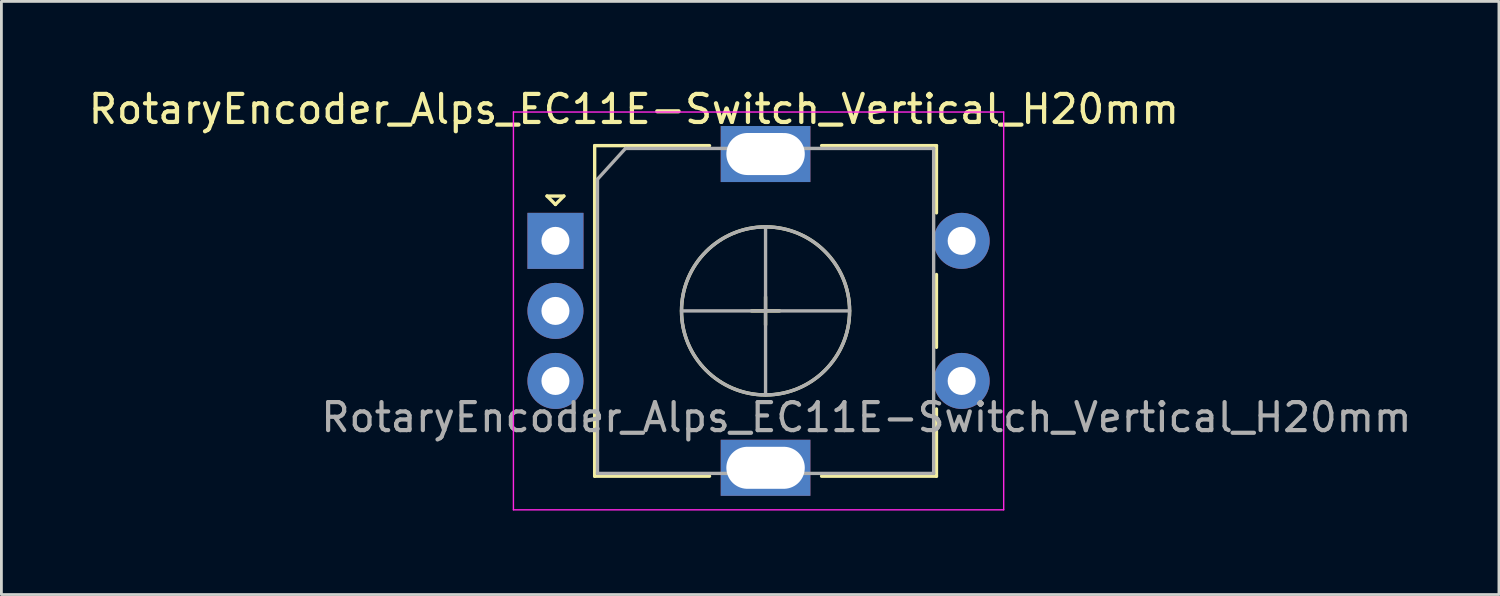
<source format=kicad_pcb>
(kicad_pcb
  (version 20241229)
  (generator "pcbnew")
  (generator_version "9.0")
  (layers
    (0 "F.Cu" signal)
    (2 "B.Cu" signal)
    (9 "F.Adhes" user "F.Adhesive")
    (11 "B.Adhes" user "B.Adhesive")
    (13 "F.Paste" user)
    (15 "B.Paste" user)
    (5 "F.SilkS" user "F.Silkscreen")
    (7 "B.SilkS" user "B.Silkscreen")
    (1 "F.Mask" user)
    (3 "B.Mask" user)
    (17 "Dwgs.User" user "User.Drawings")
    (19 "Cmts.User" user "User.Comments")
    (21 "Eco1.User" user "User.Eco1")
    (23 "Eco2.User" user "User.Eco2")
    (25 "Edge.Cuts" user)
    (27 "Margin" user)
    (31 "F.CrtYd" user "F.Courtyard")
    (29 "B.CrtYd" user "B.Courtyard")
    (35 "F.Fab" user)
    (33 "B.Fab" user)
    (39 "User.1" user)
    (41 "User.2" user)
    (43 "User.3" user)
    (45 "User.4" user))
  (footprint "RotaryEncoder_Alps_EC11E-Switch_Vertical_H20mm"
    (layer "F.Cu")
    (at 16.777 5.548)
    (property "Reference" "RotaryEncoder_Alps_EC11E-Switch_Vertical_H20mm" (at 2.8 -4.7 0) (layer "F.SilkS") (effects (font (size 1 1) (thickness 0.15))))
    (attr through_hole)
    (fp_line (start -0.3 -1.6) (end 0.3 -1.6) (stroke (width 0.12) (type solid)) (layer "F.SilkS"))
    (fp_line (start 0 -1.3) (end -0.3 -1.6) (stroke (width 0.12) (type solid)) (layer "F.SilkS"))
    (fp_line (start 0.3 -1.6) (end 0 -1.3) (stroke (width 0.12) (type solid)) (layer "F.SilkS"))
    (fp_line (start 1.4 -3.4) (end 1.4 8.4) (stroke (width 0.12) (type solid)) (layer "F.SilkS"))
    (fp_line (start 5.5 -3.4) (end 1.4 -3.4) (stroke (width 0.12) (type solid)) (layer "F.SilkS"))
    (fp_line (start 5.5 8.4) (end 1.4 8.4) (stroke (width 0.12) (type solid)) (layer "F.SilkS"))
    (fp_line (start 7 2.5) (end 8 2.5) (stroke (width 0.12) (type solid)) (layer "F.SilkS"))
    (fp_line (start 7.5 2) (end 7.5 3) (stroke (width 0.12) (type solid)) (layer "F.SilkS"))
    (fp_line (start 9.5 -3.4) (end 13.6 -3.4) (stroke (width 0.12) (type solid)) (layer "F.SilkS"))
    (fp_line (start 13.6 -3.4) (end 13.6 -1) (stroke (width 0.12) (type solid)) (layer "F.SilkS"))
    (fp_line (start 13.6 1.2) (end 13.6 3.8) (stroke (width 0.12) (type solid)) (layer "F.SilkS"))
    (fp_line (start 13.6 6) (end 13.6 8.4) (stroke (width 0.12) (type solid)) (layer "F.SilkS"))
    (fp_line (start 13.6 8.4) (end 9.5 8.4) (stroke (width 0.12) (type solid)) (layer "F.SilkS"))
    (fp_circle (center 7.5 2.5) (end 10.5 2.5) (stroke (width 0.12) (type solid)) (fill no) (layer "F.SilkS"))
    (fp_line (start -1.5 -4.6) (end -1.5 9.6) (stroke (width 0.05) (type solid)) (layer "F.CrtYd"))
    (fp_line (start -1.5 -4.6) (end 16 -4.6) (stroke (width 0.05) (type solid)) (layer "F.CrtYd"))
    (fp_line (start 16 9.6) (end -1.5 9.6) (stroke (width 0.05) (type solid)) (layer "F.CrtYd"))
    (fp_line (start 16 9.6) (end 16 -4.6) (stroke (width 0.05) (type solid)) (layer "F.CrtYd"))
    (fp_line (start 1.5 -2.2) (end 2.5 -3.3) (stroke (width 0.12) (type solid)) (layer "F.Fab"))
    (fp_line (start 1.5 8.3) (end 1.5 -2.2) (stroke (width 0.12) (type solid)) (layer "F.Fab"))
    (fp_line (start 2.5 -3.3) (end 13.5 -3.3) (stroke (width 0.12) (type solid)) (layer "F.Fab"))
    (fp_line (start 4.5 2.5) (end 10.5 2.5) (stroke (width 0.12) (type solid)) (layer "F.Fab"))
    (fp_line (start 7.5 -0.5) (end 7.5 5.5) (stroke (width 0.12) (type solid)) (layer "F.Fab"))
    (fp_line (start 13.5 -3.3) (end 13.5 8.3) (stroke (width 0.12) (type solid)) (layer "F.Fab"))
    (fp_line (start 13.5 8.3) (end 1.5 8.3) (stroke (width 0.12) (type solid)) (layer "F.Fab"))
    (fp_circle (center 7.5 2.5) (end 10.5 2.5) (stroke (width 0.12) (type solid)) (fill no) (layer "F.Fab"))
    (fp_text user "${REFERENCE}" (at 11.1 6.3 0) (layer "F.Fab") (effects (font (size 1 1) (thickness 0.15))))
    (pad "1" thru_hole rect (at 0 0) (size 2 2) (drill 1) (layers "*.Cu" "*.Mask"))
    (pad "2" thru_hole circle (at 0 2.5) (size 2 2) (drill 1) (layers "*.Cu" "*.Mask"))
    (pad "3" thru_hole circle (at 0 5) (size 2 2) (drill 1) (layers "*.Cu" "*.Mask"))
    (pad "4" thru_hole circle (at 14.5 5) (size 2 2) (drill 1) (layers "*.Cu" "*.Mask"))
    (pad "5" thru_hole circle (at 14.5 0) (size 2 2) (drill 1) (layers "*.Cu" "*.Mask"))
    (pad "MP" thru_hole rect (at 7.5 -3.1) (size 3.2 2) (drill oval 2.8 1.5) (layers "*.Cu" "*.Mask"))
    (pad "MP" thru_hole rect (at 7.5 8.1) (size 3.2 2) (drill oval 2.8 1.5) (layers "*.Cu" "*.Mask")))
  (gr_rect
    (start -3 -3)
    (end 50.455 18.173)
    (stroke (width 0.1) (type default))
    (fill no)
    (layer "Edge.Cuts")))
</source>
